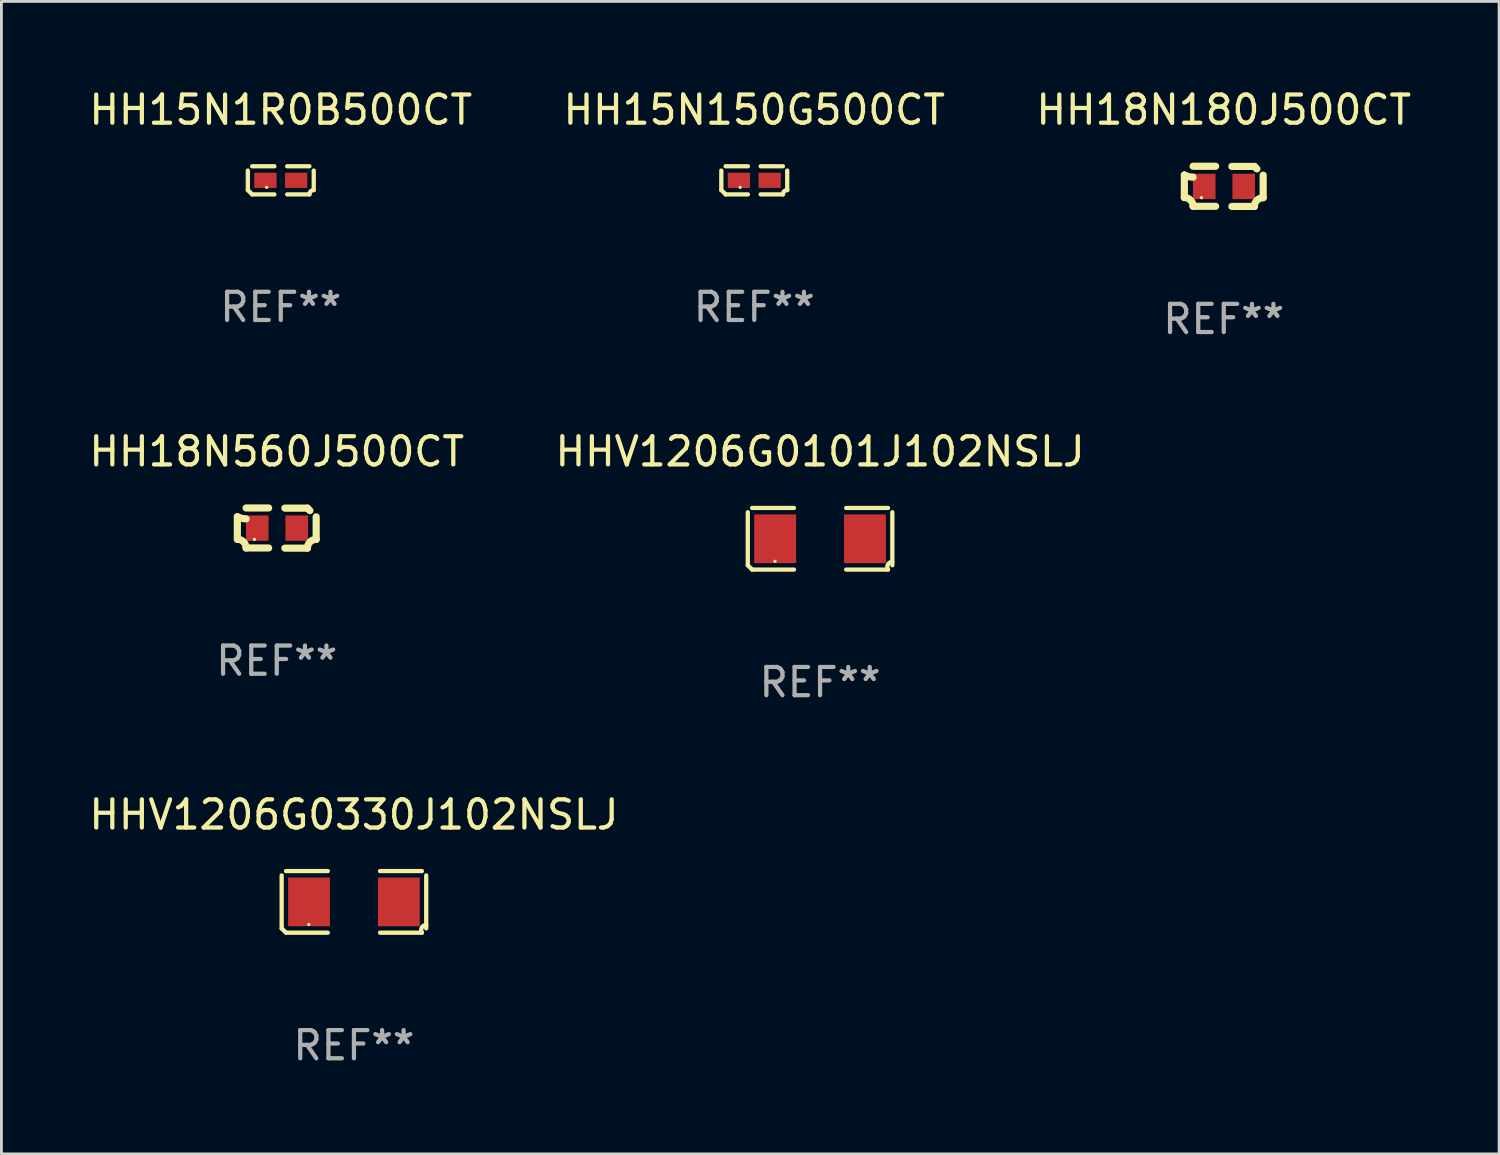
<source format=kicad_pcb>
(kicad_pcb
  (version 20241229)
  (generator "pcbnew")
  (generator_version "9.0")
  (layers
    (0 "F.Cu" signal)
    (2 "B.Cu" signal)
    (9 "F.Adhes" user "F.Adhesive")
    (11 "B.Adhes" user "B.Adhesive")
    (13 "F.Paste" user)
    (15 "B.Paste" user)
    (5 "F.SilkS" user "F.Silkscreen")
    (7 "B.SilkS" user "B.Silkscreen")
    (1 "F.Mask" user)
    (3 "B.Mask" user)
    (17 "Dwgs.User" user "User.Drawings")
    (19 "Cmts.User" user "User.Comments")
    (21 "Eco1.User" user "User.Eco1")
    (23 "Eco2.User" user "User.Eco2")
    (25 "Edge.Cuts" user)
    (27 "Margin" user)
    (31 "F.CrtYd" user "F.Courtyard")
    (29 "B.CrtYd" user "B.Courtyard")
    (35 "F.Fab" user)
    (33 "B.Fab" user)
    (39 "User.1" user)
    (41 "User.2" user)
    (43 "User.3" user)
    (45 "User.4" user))
  (footprint "HH18N180J500CT"
    (layer "F.Cu")
    (at 40.363 3.561)
    (property "Reference" "HH18N180J500CT" (at 0 -2.713 0) (layer "F.SilkS") (effects (font (size 1 1) (thickness 0.15))))
    (attr through_hole)
    (fp_line (start -1.398 -0.403) (end -1.398 0.397) (stroke (width 0.254) (type solid)) (layer "F.SilkS"))
    (fp_line (start -0.288 -0.713) (end -1.088 -0.713) (stroke (width 0.254) (type solid)) (layer "F.SilkS"))
    (fp_line (start -0.288 0.707) (end -1.088 0.707) (stroke (width 0.254) (type solid)) (layer "F.SilkS"))
    (fp_line (start 0.288 -0.707) (end 1.088 -0.707) (stroke (width 0.254) (type solid)) (layer "F.SilkS"))
    (fp_line (start 0.288 0.713) (end 1.088 0.713) (stroke (width 0.254) (type solid)) (layer "F.SilkS"))
    (fp_line (start 1.398 -0.397) (end 1.398 0.403) (stroke (width 0.254) (type solid)) (layer "F.SilkS"))
    (fp_arc (start -1.397789 0.397066) (mid -1.178701 0.487826) (end -1.08796 0.706922) (stroke (width 0.254001) (type solid)) (layer "F.SilkS"))
    (fp_arc (start -1.08796 -0.327176) (mid -1.247436 -0.346384) (end -1.39779 -0.402908) (stroke (width 0.254001) (type solid)) (layer "F.SilkS"))
    (fp_arc (start 1.087909 0.712738) (mid 1.178656 0.493655) (end 1.397739 0.402908) (stroke (width 0.254001) (type solid)) (layer "F.SilkS"))
    (fp_arc (start 1.175925 -0.618926) (mid 1.131917 -0.662923) (end 1.08791 -0.706922) (stroke (width 0.254001) (type solid)) (layer "F.SilkS"))
    (fp_circle (center -0.792 0.403) (end -0.762 0.403) (stroke (width 0.06) (type solid)) (fill no) (layer "F.SilkS"))
    (fp_text user "REF**" (at 0 4.713 0) (layer "F.Fab") (effects (font (size 1 1) (thickness 0.15))))
    (pad "1" smd rect (at -0.692 0.003) (size 0.8 0.9) (layers "F.Cu" "F.Mask" "F.Paste"))
    (pad "2" smd rect (at 0.708 0.003) (size 0.8 0.9) (layers "F.Cu" "F.Mask" "F.Paste")))
  (footprint "HHV1206G0330J102NSLJ"
    (layer "F.Cu")
    (at 9.506 28.945)
    (property "Reference" "HHV1206G0330J102NSLJ" (at 0 -3.093 0) (layer "F.SilkS") (effects (font (size 1 1) (thickness 0.15))))
    (attr through_hole)
    (fp_line (start -2.564 0.94) (end -2.564 -0.94) (stroke (width 0.152) (type solid)) (layer "F.SilkS"))
    (fp_line (start -2.411 -1.093) (end -0.926 -1.093) (stroke (width 0.152) (type solid)) (layer "F.SilkS"))
    (fp_line (start -0.926 1.093) (end -2.411 1.093) (stroke (width 0.152) (type solid)) (layer "F.SilkS"))
    (fp_line (start 0.926 1.093) (end 2.411 1.093) (stroke (width 0.152) (type solid)) (layer "F.SilkS"))
    (fp_line (start 2.411 -1.093) (end 0.926 -1.093) (stroke (width 0.152) (type solid)) (layer "F.SilkS"))
    (fp_line (start 2.564 0.94) (end 2.564 -0.94) (stroke (width 0.152) (type solid)) (layer "F.SilkS"))
    (fp_arc (start -2.411201 1.092609) (mid -2.487413 1.01642) (end -2.563602 0.940208) (stroke (width 0.1524) (type solid)) (layer "F.SilkS"))
    (fp_arc (start 2.411201 1.092609) (mid 2.407159 0.911226) (end 2.563602 0.819347) (stroke (width 0.1524) (type solid)) (layer "F.SilkS"))
    (fp_circle (center -1.6 0.8) (end -1.57 0.8) (stroke (width 0.06) (type solid)) (fill no) (layer "F.SilkS"))
    (fp_text user "REF**" (at 0 5.093 0) (layer "F.Fab") (effects (font (size 1 1) (thickness 0.15))))
    (pad "1" smd rect (at -1.593 0) (size 1.485 1.728) (layers "F.Cu" "F.Mask" "F.Paste"))
    (pad "2" smd rect (at 1.593 0) (size 1.485 1.728) (layers "F.Cu" "F.Mask" "F.Paste")))
  (footprint "HH15N150G500CT"
    (layer "F.Cu")
    (at 23.708 3.347)
    (property "Reference" "HH15N150G500CT" (at 0 -2.499 0) (layer "F.SilkS") (effects (font (size 1 1) (thickness 0.15))))
    (attr through_hole)
    (fp_line (start -1.169 0.346) (end -1.169 -0.346) (stroke (width 0.152) (type solid)) (layer "F.SilkS"))
    (fp_line (start -1.016 -0.499) (end -0.226 -0.499) (stroke (width 0.152) (type solid)) (layer "F.SilkS"))
    (fp_line (start -0.226 0.499) (end -1.016 0.499) (stroke (width 0.152) (type solid)) (layer "F.SilkS"))
    (fp_line (start 0.226 0.499) (end 1.016 0.499) (stroke (width 0.152) (type solid)) (layer "F.SilkS"))
    (fp_line (start 1.016 -0.499) (end 0.226 -0.499) (stroke (width 0.152) (type solid)) (layer "F.SilkS"))
    (fp_line (start 1.169 0.346) (end 1.169 -0.346) (stroke (width 0.152) (type solid)) (layer "F.SilkS"))
    (fp_arc (start -1.016307 0.498603) (mid -1.092512 0.422405) (end -1.16871 0.3462) (stroke (width 0.1524) (type solid)) (layer "F.SilkS"))
    (fp_arc (start 1.016307 0.498603) (mid 1.060899 0.390758) (end 1.168707 0.346076) (stroke (width 0.1524) (type solid)) (layer "F.SilkS"))
    (fp_circle (center -0.5 0.25) (end -0.47 0.25) (stroke (width 0.06) (type solid)) (fill no) (layer "F.SilkS"))
    (fp_text user "REF**" (at 0 4.499 0) (layer "F.Fab") (effects (font (size 1 1) (thickness 0.15))))
    (pad "1" smd rect (at -0.545 0) (size 0.79 0.54) (layers "F.Cu" "F.Mask" "F.Paste"))
    (pad "2" smd rect (at 0.545 0) (size 0.79 0.54) (layers "F.Cu" "F.Mask" "F.Paste")))
  (footprint "HH18N560J500CT"
    (layer "F.Cu")
    (at 6.768 15.683)
    (property "Reference" "HH18N560J500CT" (at 0 -2.713 0) (layer "F.SilkS") (effects (font (size 1 1) (thickness 0.15))))
    (attr through_hole)
    (fp_line (start -1.398 -0.403) (end -1.398 0.397) (stroke (width 0.254) (type solid)) (layer "F.SilkS"))
    (fp_line (start -0.288 -0.713) (end -1.088 -0.713) (stroke (width 0.254) (type solid)) (layer "F.SilkS"))
    (fp_line (start -0.288 0.707) (end -1.088 0.707) (stroke (width 0.254) (type solid)) (layer "F.SilkS"))
    (fp_line (start 0.288 -0.707) (end 1.088 -0.707) (stroke (width 0.254) (type solid)) (layer "F.SilkS"))
    (fp_line (start 0.288 0.713) (end 1.088 0.713) (stroke (width 0.254) (type solid)) (layer "F.SilkS"))
    (fp_line (start 1.398 -0.397) (end 1.398 0.403) (stroke (width 0.254) (type solid)) (layer "F.SilkS"))
    (fp_arc (start -1.397789 0.397066) (mid -1.178701 0.487826) (end -1.08796 0.706922) (stroke (width 0.254001) (type solid)) (layer "F.SilkS"))
    (fp_arc (start -1.08796 -0.327176) (mid -1.247436 -0.346384) (end -1.39779 -0.402908) (stroke (width 0.254001) (type solid)) (layer "F.SilkS"))
    (fp_arc (start 1.087909 0.712738) (mid 1.178656 0.493655) (end 1.397739 0.402908) (stroke (width 0.254001) (type solid)) (layer "F.SilkS"))
    (fp_arc (start 1.175925 -0.618926) (mid 1.131917 -0.662923) (end 1.08791 -0.706922) (stroke (width 0.254001) (type solid)) (layer "F.SilkS"))
    (fp_circle (center -0.792 0.403) (end -0.762 0.403) (stroke (width 0.06) (type solid)) (fill no) (layer "F.SilkS"))
    (fp_text user "REF**" (at 0 4.713 0) (layer "F.Fab") (effects (font (size 1 1) (thickness 0.15))))
    (pad "1" smd rect (at -0.692 0.003) (size 0.8 0.9) (layers "F.Cu" "F.Mask" "F.Paste"))
    (pad "2" smd rect (at 0.708 0.003) (size 0.8 0.9) (layers "F.Cu" "F.Mask" "F.Paste")))
  (footprint "HHV1206G0101J102NSLJ"
    (layer "F.Cu")
    (at 26.042 16.063)
    (property "Reference" "HHV1206G0101J102NSLJ" (at 0 -3.093 0) (layer "F.SilkS") (effects (font (size 1 1) (thickness 0.15))))
    (attr through_hole)
    (fp_line (start -2.564 0.94) (end -2.564 -0.94) (stroke (width 0.152) (type solid)) (layer "F.SilkS"))
    (fp_line (start -2.411 -1.093) (end -0.926 -1.093) (stroke (width 0.152) (type solid)) (layer "F.SilkS"))
    (fp_line (start -0.926 1.093) (end -2.411 1.093) (stroke (width 0.152) (type solid)) (layer "F.SilkS"))
    (fp_line (start 0.926 1.093) (end 2.411 1.093) (stroke (width 0.152) (type solid)) (layer "F.SilkS"))
    (fp_line (start 2.411 -1.093) (end 0.926 -1.093) (stroke (width 0.152) (type solid)) (layer "F.SilkS"))
    (fp_line (start 2.564 0.94) (end 2.564 -0.94) (stroke (width 0.152) (type solid)) (layer "F.SilkS"))
    (fp_arc (start -2.411201 1.092609) (mid -2.487413 1.01642) (end -2.563602 0.940208) (stroke (width 0.1524) (type solid)) (layer "F.SilkS"))
    (fp_arc (start 2.411201 1.092609) (mid 2.407159 0.911226) (end 2.563602 0.819347) (stroke (width 0.1524) (type solid)) (layer "F.SilkS"))
    (fp_circle (center -1.6 0.8) (end -1.57 0.8) (stroke (width 0.06) (type solid)) (fill no) (layer "F.SilkS"))
    (fp_text user "REF**" (at 0 5.093 0) (layer "F.Fab") (effects (font (size 1 1) (thickness 0.15))))
    (pad "1" smd rect (at -1.593 0) (size 1.485 1.728) (layers "F.Cu" "F.Mask" "F.Paste"))
    (pad "2" smd rect (at 1.593 0) (size 1.485 1.728) (layers "F.Cu" "F.Mask" "F.Paste")))
  (footprint "HH15N1R0B500CT"
    (layer "F.Cu")
    (at 6.911 3.347)
    (property "Reference" "HH15N1R0B500CT" (at 0 -2.499 0) (layer "F.SilkS") (effects (font (size 1 1) (thickness 0.15))))
    (attr through_hole)
    (fp_line (start -1.169 0.346) (end -1.169 -0.346) (stroke (width 0.152) (type solid)) (layer "F.SilkS"))
    (fp_line (start -1.016 -0.499) (end -0.226 -0.499) (stroke (width 0.152) (type solid)) (layer "F.SilkS"))
    (fp_line (start -0.226 0.499) (end -1.016 0.499) (stroke (width 0.152) (type solid)) (layer "F.SilkS"))
    (fp_line (start 0.226 0.499) (end 1.016 0.499) (stroke (width 0.152) (type solid)) (layer "F.SilkS"))
    (fp_line (start 1.016 -0.499) (end 0.226 -0.499) (stroke (width 0.152) (type solid)) (layer "F.SilkS"))
    (fp_line (start 1.169 0.346) (end 1.169 -0.346) (stroke (width 0.152) (type solid)) (layer "F.SilkS"))
    (fp_arc (start -1.016307 0.498603) (mid -1.092512 0.422405) (end -1.16871 0.3462) (stroke (width 0.1524) (type solid)) (layer "F.SilkS"))
    (fp_arc (start 1.016307 0.498603) (mid 1.060899 0.390758) (end 1.168707 0.346076) (stroke (width 0.1524) (type solid)) (layer "F.SilkS"))
    (fp_circle (center -0.5 0.25) (end -0.47 0.25) (stroke (width 0.06) (type solid)) (fill no) (layer "F.SilkS"))
    (fp_text user "REF**" (at 0 4.499 0) (layer "F.Fab") (effects (font (size 1 1) (thickness 0.15))))
    (pad "1" smd rect (at -0.545 0) (size 0.79 0.54) (layers "F.Cu" "F.Mask" "F.Paste"))
    (pad "2" smd rect (at 0.545 0) (size 0.79 0.54) (layers "F.Cu" "F.Mask" "F.Paste")))
  (gr_rect
    (start -3 -3)
    (end 50.131 37.885)
    (stroke (width 0.1) (type default))
    (fill no)
    (layer "Edge.Cuts")))
</source>
